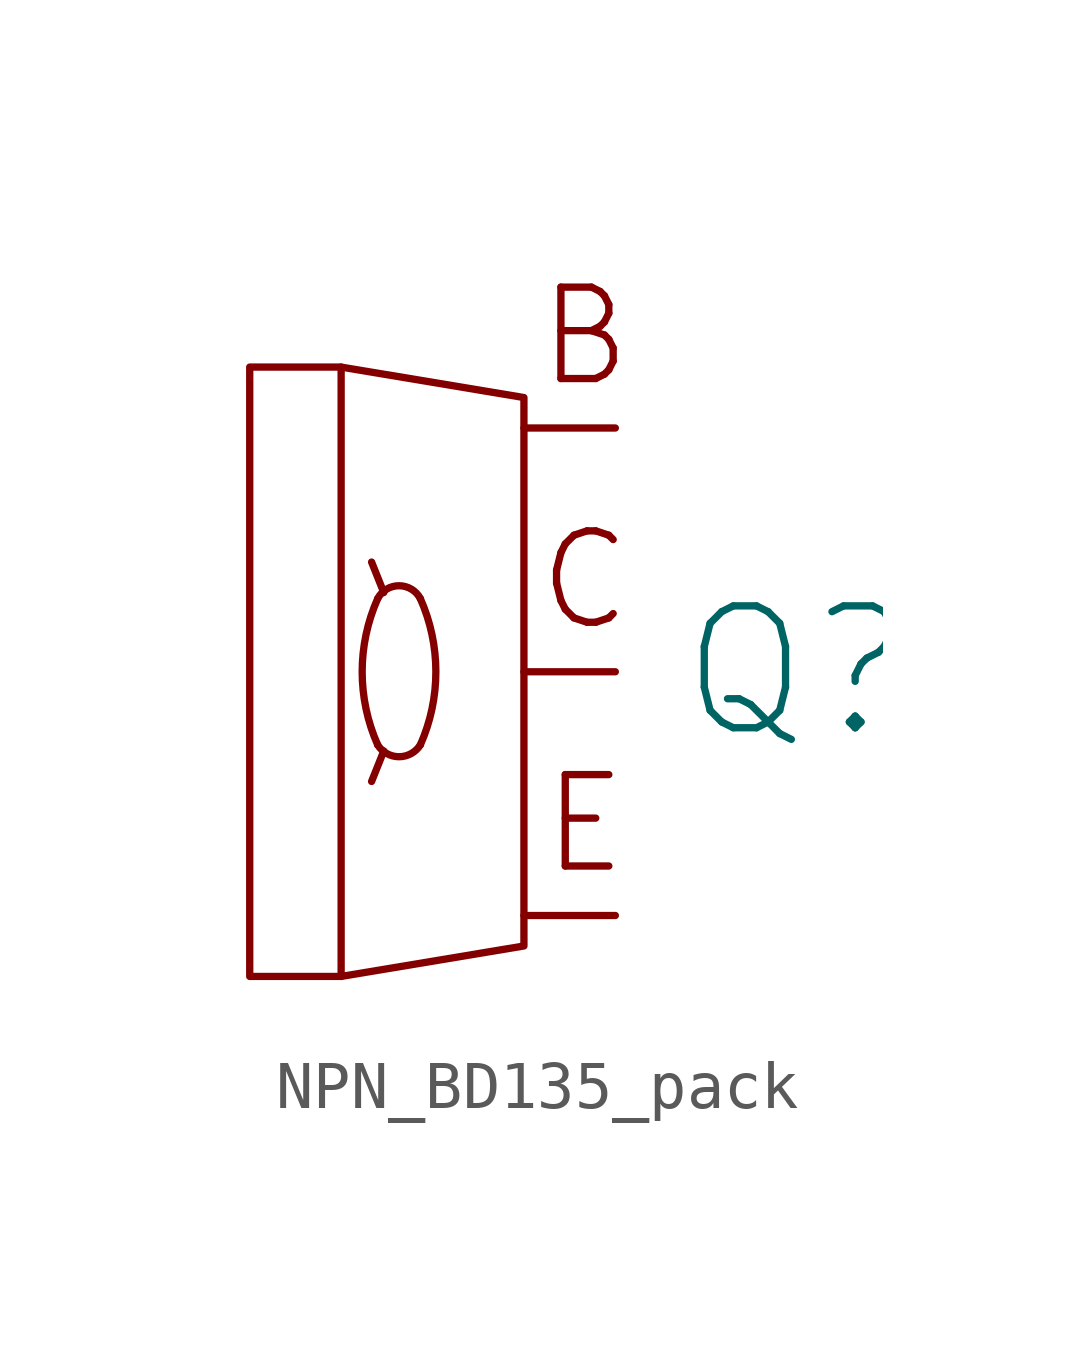
<source format=kicad_sym>
(kicad_symbol_lib
  (version 20231120)
  (generator "kicad_symbol_editor")
  (generator_version "8.0")
  (symbol "NPN_BD135_pack"
    (pin_names
      (offset 1.016))
    (property "Reference" "Q"
      (at 1.27 -5.08 0)
      (effects (font (size 2.54 2.54)) (justify left)))
    (symbol "NPN_BD135_pack_0_0"
      (arc (start -4.953 -6.604) (mid -4.515 -6.8509) (end -4.064 -6.604) (stroke (width 0) (type default)) (fill (type none)))
      (arc (start -4.953 -3.556) (mid -5.2764 -5.08) (end -4.953 -6.604) (stroke (width 0) (type default)) (fill (type none)))
      (arc (start -4.064 -6.604) (mid -3.7406 -5.08) (end -4.064 -3.556) (stroke (width 0) (type default)) (fill (type none)))
      (arc (start -4.064 -3.556) (mid -4.5148 -3.287) (end -4.953 -3.556) (stroke (width 0) (type default)) (fill (type none)))
      (polyline (pts (xy -4.826 -6.731) (xy -5.08 -7.366)) (stroke (width 0) (type default)) (fill (type none)))
      (polyline (pts (xy -4.826 -3.429) (xy -5.08 -2.794)) (stroke (width 0) (type default)) (fill (type none)))
      (polyline (pts (xy -5.715 1.27) (xy -1.905 0.635) (xy -1.905 -10.795) (xy -5.715 -11.43)) (stroke (width 0) (type default)) (fill (type none)))
      (text "B" (at -0.635 1.905 0) (effects (font (size 1.905 1.905))))
      (text "C" (at -0.635 -3.175 0) (effects (font (size 1.905 1.905))))
      (text "E" (at -0.635 -8.255 0) (effects (font (size 1.905 1.905)))))
    (symbol "NPN_BD135_pack_0_1"
      (rectangle (start -7.62 1.27) (end -5.715 -11.43) (stroke (width 0) (type default)) (fill (type none))))
    (symbol "NPN_BD135_pack_1_1"
      (pin input line (at 0 -10.16 180) (length 1.905) (name "" (effects (font (size 1.27 1.27)))) (number "" (effects (font (size 1.143 1.143)))))
      (pin input line (at 0 -5.08 180) (length 1.905) (name "" (effects (font (size 1.27 1.27)))) (number "" (effects (font (size 1.143 1.143)))))
      (pin input line (at 0 0 180) (length 1.905) (name "" (effects (font (size 1.27 1.27)))) (number "" (effects (font (size 1.143 1.143))))))))
</source>
